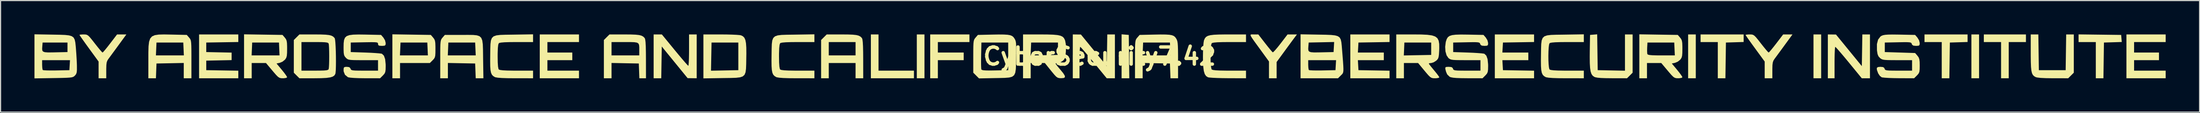
<source format=kicad_pcb>
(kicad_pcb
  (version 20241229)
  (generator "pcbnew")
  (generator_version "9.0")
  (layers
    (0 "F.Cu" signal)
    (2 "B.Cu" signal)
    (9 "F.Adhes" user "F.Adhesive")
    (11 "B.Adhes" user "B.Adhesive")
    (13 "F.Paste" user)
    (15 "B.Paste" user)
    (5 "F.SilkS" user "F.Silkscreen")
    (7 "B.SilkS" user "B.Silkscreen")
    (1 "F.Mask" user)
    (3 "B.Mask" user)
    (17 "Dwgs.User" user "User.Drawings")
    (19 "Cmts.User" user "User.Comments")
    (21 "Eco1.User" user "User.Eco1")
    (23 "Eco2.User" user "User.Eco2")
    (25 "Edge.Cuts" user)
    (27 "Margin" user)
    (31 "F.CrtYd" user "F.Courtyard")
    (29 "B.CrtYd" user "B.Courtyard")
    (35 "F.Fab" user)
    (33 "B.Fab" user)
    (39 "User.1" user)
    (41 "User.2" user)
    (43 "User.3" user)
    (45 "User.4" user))
  (footprint "CyberSecurity7.42"
    (layer "F.Cu")
    (at 94.234 1.958)
    (property "Reference" "CyberSecurity7.42" (at 0 0 0) (layer "F.SilkS") (effects (font (size 1.524 1.524) (thickness 0.3))))
    (attr board_only exclude_from_pos_files exclude_from_bom)
    (fp_poly (pts (xy -15.494 1.947) (xy -16.171 1.947) (xy -16.171 -1.947) (xy -15.494 -1.947)) (stroke (width 0) (type solid)) (fill yes) (layer "F.SilkS"))
    (fp_poly (pts (xy 52.747 1.947) (xy 52.07 1.947) (xy 52.07 -1.947) (xy 52.747 -1.947)) (stroke (width 0) (type solid)) (fill yes) (layer "F.SilkS"))
    (fp_poly (pts (xy 63.839 1.947) (xy 63.161 1.947) (xy 63.161 -1.947) (xy 63.839 -1.947)) (stroke (width 0) (type solid)) (fill yes) (layer "F.SilkS"))
    (fp_poly (pts (xy 77.809 1.947) (xy 77.131 1.947) (xy 77.131 -1.947) (xy 77.809 -1.947)) (stroke (width 0) (type solid)) (fill yes) (layer "F.SilkS"))
    (fp_poly (pts (xy -19.558 1.27) (xy -16.425 1.27) (xy -16.425 1.947) (xy -20.235 1.947) (xy -20.235 -1.947) (xy -19.558 -1.947)) (stroke (width 0) (type solid)) (fill yes) (layer "F.SilkS"))
    (fp_poly (pts (xy 2.265 -1.931) (xy 2.582 -1.905) (xy 2.605 0.021) (xy 2.628 1.947) (xy 1.947 1.947) (xy 1.947 -1.958)) (stroke (width 0) (type solid)) (fill yes) (layer "F.SilkS"))
    (fp_poly (pts (xy 81.957 -1.27) (xy 80.433 -1.27) (xy 80.433 1.947) (xy 79.756 1.947) (xy 79.756 -1.27) (xy 78.232 -1.27) (xy 78.232 -1.947) (xy 81.957 -1.947)) (stroke (width 0) (type solid)) (fill yes) (layer "F.SilkS"))
    (fp_poly (pts (xy 56.981 -1.276) (xy 56.197 -1.252) (xy 55.414 -1.228) (xy 55.368 1.947) (xy 54.695 1.947) (xy 54.695 -1.27) (xy 53.171 -1.27) (xy 53.171 -1.947) (xy 56.981 -1.947)) (stroke (width 0) (type solid)) (fill yes) (layer "F.SilkS"))
    (fp_poly (pts (xy 76.793 -1.276) (xy 76.01 -1.252) (xy 75.226 -1.228) (xy 75.18 1.947) (xy 74.507 1.947) (xy 74.507 -1.27) (xy 72.983 -1.27) (xy 72.983 -1.947) (xy 76.793 -1.947)) (stroke (width 0) (type solid)) (fill yes) (layer "F.SilkS"))
    (fp_poly (pts (xy -11.515 -1.27) (xy -14.309 -1.27) (xy -14.309 -0.339) (xy -12.023 -0.339) (xy -12.023 0.339) (xy -14.309 0.339) (xy -14.309 1.947) (xy -14.986 1.947) (xy -14.986 -1.947) (xy -11.515 -1.947)) (stroke (width 0) (type solid)) (fill yes) (layer "F.SilkS"))
    (fp_poly (pts (xy 88.498 -1.928) (xy 90.382 -1.905) (xy 90.408 -1.591) (xy 90.434 -1.276) (xy 89.646 -1.252) (xy 88.858 -1.228) (xy 88.812 1.947) (xy 88.138 1.947) (xy 88.138 -1.27) (xy 86.614 -1.27) (xy 86.614 -1.951)) (stroke (width 0) (type solid)) (fill yes) (layer "F.SilkS"))
    (fp_poly (pts (xy -46.059 -1.27) (xy -48.853 -1.27) (xy -48.853 -0.339) (xy -46.651 -0.339) (xy -46.651 0.339) (xy -48.853 0.339) (xy -48.853 1.27) (xy -46.059 1.27) (xy -46.059 1.947) (xy -49.53 1.947) (xy -49.53 -1.947) (xy -46.059 -1.947)) (stroke (width 0) (type solid)) (fill yes) (layer "F.SilkS"))
    (fp_poly (pts (xy 94.319 -1.27) (xy 91.525 -1.27) (xy 91.525 -0.339) (xy 93.726 -0.339) (xy 93.726 0.339) (xy 91.525 0.339) (xy 91.525 1.27) (xy 94.319 1.27) (xy 94.319 1.947) (xy 90.847 1.947) (xy 90.847 -1.947) (xy 94.319 -1.947)) (stroke (width 0) (type solid)) (fill yes) (layer "F.SilkS"))
    (fp_poly (pts (xy 38.439 -1.274) (xy 35.687 -1.228) (xy 35.661 -0.783) (xy 35.636 -0.339) (xy 37.931 -0.339) (xy 37.931 0.339) (xy 35.636 0.339) (xy 35.661 0.783) (xy 35.687 1.228) (xy 37.063 1.251) (xy 38.439 1.274) (xy 38.439 1.947) (xy 34.967 1.947) (xy 34.967 -1.947) (xy 38.439 -1.947)) (stroke (width 0) (type solid)) (fill yes) (layer "F.SilkS"))
    (fp_poly (pts (xy -76.2 -1.274) (xy -77.618 -1.251) (xy -79.036 -1.228) (xy -79.036 -0.381) (xy -77.915 -0.357) (xy -76.793 -0.334) (xy -76.793 0.334) (xy -77.915 0.357) (xy -79.036 0.381) (xy -79.036 1.228) (xy -77.618 1.251) (xy -76.2 1.274) (xy -76.2 1.947) (xy -79.671 1.947) (xy -79.671 -1.947) (xy -76.2 -1.947)) (stroke (width 0) (type solid)) (fill yes) (layer "F.SilkS"))
    (fp_poly (pts (xy 25.654 -1.274) (xy 24.278 -1.251) (xy 22.902 -1.228) (xy 22.877 -0.783) (xy 22.851 -0.339) (xy 25.146 -0.339) (xy 25.146 0.339) (xy 22.851 0.339) (xy 22.877 0.783) (xy 22.902 1.228) (xy 24.278 1.251) (xy 25.654 1.274) (xy 25.654 1.947) (xy 22.183 1.947) (xy 22.183 -1.947) (xy 25.654 -1.947)) (stroke (width 0) (type solid)) (fill yes) (layer "F.SilkS"))
    (fp_poly (pts (xy 83.1 1.228) (xy 85.471 1.228) (xy 85.494 -0.36) (xy 85.517 -1.947) (xy 86.191 -1.947) (xy 86.191 1.452) (xy 85.696 1.947) (xy 84.356 1.946) (xy 83.721 1.938) (xy 83.25 1.916) (xy 82.939 1.878) (xy 82.806 1.839) (xy 82.669 1.755) (xy 82.565 1.647) (xy 82.489 1.49) (xy 82.438 1.263) (xy 82.406 0.943) (xy 82.389 0.507) (xy 82.382 -0.068) (xy 82.382 -0.318) (xy 82.381 -1.947) (xy 83.054 -1.947)) (stroke (width 0) (type solid)) (fill yes) (layer "F.SilkS"))
    (fp_poly (pts (xy -37.588 -0.554) (xy -37.248 -0.142) (xy -36.942 0.223) (xy -36.688 0.52) (xy -36.501 0.73) (xy -36.398 0.835) (xy -36.386 0.843) (xy -36.364 0.764) (xy -36.346 0.544) (xy -36.332 0.21) (xy -36.324 -0.21) (xy -36.322 -0.55) (xy -36.322 -1.947) (xy -35.645 -1.947) (xy -35.645 1.947) (xy -36.047 1.942) (xy -36.449 1.937) (xy -38.735 -0.873) (xy -38.758 0.537) (xy -38.781 1.947) (xy -39.455 1.947) (xy -39.455 -1.947) (xy -38.727 -1.947)) (stroke (width 0) (type solid)) (fill yes) (layer "F.SilkS"))
    (fp_poly (pts (xy 1.355 1.947) (xy 0.63 1.947) (xy -0.51 0.551) (xy -0.85 0.138) (xy -1.156 -0.226) (xy -1.411 -0.523) (xy -1.598 -0.733) (xy -1.701 -0.838) (xy -1.714 -0.846) (xy -1.736 -0.766) (xy -1.754 -0.545) (xy -1.768 -0.21) (xy -1.776 0.21) (xy -1.778 0.55) (xy -1.778 1.947) (xy -2.371 1.947) (xy -2.371 -1.947) (xy -2.011 -1.943) (xy -1.651 -1.939) (xy 0.635 0.868) (xy 0.658 -0.54) (xy 0.681 -1.947) (xy 1.355 -1.947)) (stroke (width 0) (type solid)) (fill yes) (layer "F.SilkS"))
    (fp_poly (pts (xy 68.157 1.947) (xy 67.432 1.947) (xy 66.292 0.551) (xy 65.952 0.138) (xy 65.646 -0.226) (xy 65.391 -0.523) (xy 65.204 -0.733) (xy 65.101 -0.838) (xy 65.088 -0.846) (xy 65.066 -0.766) (xy 65.048 -0.545) (xy 65.034 -0.21) (xy 65.026 0.21) (xy 65.024 0.55) (xy 65.024 1.947) (xy 64.431 1.947) (xy 64.431 -1.947) (xy 64.791 -1.943) (xy 65.151 -1.939) (xy 67.437 0.868) (xy 67.46 -0.54) (xy 67.483 -1.947) (xy 68.157 -1.947)) (stroke (width 0) (type solid)) (fill yes) (layer "F.SilkS"))
    (fp_poly (pts (xy 44.046 -0.365) (xy 44.069 1.228) (xy 46.482 1.275) (xy 46.482 -1.947) (xy 47.159 -1.947) (xy 47.159 1.452) (xy 46.912 1.7) (xy 46.664 1.947) (xy 45.324 1.944) (xy 44.763 1.938) (xy 44.347 1.923) (xy 44.051 1.896) (xy 43.853 1.856) (xy 43.754 1.816) (xy 43.618 1.714) (xy 43.515 1.563) (xy 43.442 1.34) (xy 43.395 1.026) (xy 43.37 0.599) (xy 43.364 0.039) (xy 43.368 -0.44) (xy 43.392 -1.905) (xy 43.707 -1.931) (xy 44.023 -1.957)) (stroke (width 0) (type solid)) (fill yes) (layer "F.SilkS"))
    (fp_poly (pts (xy -60.868 -1.931) (xy -59.167 -1.905) (xy -58.963 -1.667) (xy -58.864 -1.535) (xy -58.803 -1.391) (xy -58.771 -1.19) (xy -58.76 -0.888) (xy -58.759 -0.666) (xy -58.762 -0.299) (xy -58.778 -0.058) (xy -58.819 0.102) (xy -58.894 0.225) (xy -59.006 0.345) (xy -59.254 0.593) (xy -61.891 0.593) (xy -61.891 1.947) (xy -62.569 1.947) (xy -62.569 -0.085) (xy -61.899 -0.085) (xy -59.428 -0.085) (xy -59.478 -1.228) (xy -61.849 -1.228) (xy -61.874 -0.656) (xy -61.899 -0.085) (xy -62.569 -0.085) (xy -62.569 -1.957)) (stroke (width 0) (type solid)) (fill yes) (layer "F.SilkS"))
    (fp_poly (pts (xy -22.255 -1.943) (xy -21.834 -1.927) (xy -21.529 -1.894) (xy -21.313 -1.839) (xy -21.16 -1.757) (xy -21.043 -1.644) (xy -21.021 -1.616) (xy -20.982 -1.5) (xy -20.952 -1.261) (xy -20.931 -0.886) (xy -20.919 -0.365) (xy -20.915 0.233) (xy -20.913 1.947) (xy -21.59 1.947) (xy -21.59 0.593) (xy -23.961 0.593) (xy -23.961 1.947) (xy -24.638 1.947) (xy -24.638 -0.085) (xy -23.961 -0.085) (xy -21.59 -0.085) (xy -21.59 -1.27) (xy -23.961 -1.27) (xy -23.961 -0.085) (xy -24.638 -0.085) (xy -24.638 -1.452) (xy -24.143 -1.947) (xy -22.819 -1.947)) (stroke (width 0) (type solid)) (fill yes) (layer "F.SilkS"))
    (fp_poly (pts (xy -32.98 -1.943) (xy -32.515 -1.931) (xy -32.127 -1.913) (xy -31.849 -1.89) (xy -31.717 -1.866) (xy -31.55 -1.78) (xy -31.425 -1.65) (xy -31.339 -1.454) (xy -31.284 -1.169) (xy -31.257 -0.774) (xy -31.252 -0.245) (xy -31.258 0.132) (xy -31.266 0.682) (xy -31.282 1.105) (xy -31.324 1.417) (xy -31.412 1.637) (xy -31.567 1.78) (xy -31.809 1.864) (xy -32.156 1.905) (xy -32.63 1.921) (xy -33.249 1.929) (xy -33.361 1.931) (xy -35.052 1.957) (xy -35.052 1.275) (xy -34.379 1.275) (xy -31.962 1.228) (xy -31.962 -1.228) (xy -34.332 -1.228) (xy -34.356 0.024) (xy -34.379 1.275) (xy -35.052 1.275) (xy -35.052 -1.947) (xy -33.491 -1.947)) (stroke (width 0) (type solid)) (fill yes) (layer "F.SilkS"))
    (fp_poly (pts (xy 13.579 -1.949) (xy 13.659 -1.947) (xy 14.044 -1.947) (xy 14.649 -1.164) (xy 14.893 -0.854) (xy 15.102 -0.597) (xy 15.254 -0.422) (xy 15.324 -0.355) (xy 15.399 -0.409) (xy 15.553 -0.573) (xy 15.763 -0.822) (xy 16.007 -1.132) (xy 16.012 -1.138) (xy 16.629 -1.947) (xy 17.461 -1.947) (xy 17.254 -1.672) (xy 17.127 -1.501) (xy 16.926 -1.228) (xy 16.677 -0.888) (xy 16.406 -0.516) (xy 16.355 -0.446) (xy 15.663 0.504) (xy 15.663 1.947) (xy 14.986 1.947) (xy 14.986 0.456) (xy 14.258 -0.55) (xy 13.913 -1.025) (xy 13.657 -1.379) (xy 13.484 -1.63) (xy 13.385 -1.795) (xy 13.352 -1.891) (xy 13.379 -1.937) (xy 13.457 -1.951)) (stroke (width 0) (type solid)) (fill yes) (layer "F.SilkS"))
    (fp_poly (pts (xy -55.421 -1.902) (xy -55.091 -1.868) (xy -54.859 -1.788) (xy -54.706 -1.642) (xy -54.615 -1.411) (xy -54.57 -1.074) (xy -54.552 -0.614) (xy -54.545 -0.01) (xy -54.542 0.214) (xy -54.516 1.947) (xy -55.196 1.947) (xy -55.22 1.291) (xy -55.245 0.635) (xy -56.452 0.612) (xy -57.658 0.588) (xy -57.658 1.947) (xy -58.335 1.947) (xy -58.335 0.259) (xy -58.335 -0.085) (xy -57.666 -0.085) (xy -55.195 -0.085) (xy -55.245 -1.228) (xy -57.616 -1.228) (xy -57.666 -0.085) (xy -58.335 -0.085) (xy -58.335 -0.316) (xy -58.331 -0.747) (xy -58.322 -1.059) (xy -58.304 -1.277) (xy -58.276 -1.425) (xy -58.234 -1.529) (xy -58.176 -1.614) (xy -58.131 -1.667) (xy -57.927 -1.905) (xy -56.44 -1.905) (xy -55.865 -1.907)) (stroke (width 0) (type solid)) (fill yes) (layer "F.SilkS"))
    (fp_poly (pts (xy -82.169 -1.936) (xy -82.008 -1.933) (xy -80.757 -1.905) (xy -80.553 -1.667) (xy -80.483 -1.582) (xy -80.432 -1.492) (xy -80.395 -1.373) (xy -80.372 -1.201) (xy -80.358 -0.949) (xy -80.351 -0.593) (xy -80.349 -0.108) (xy -80.349 0.259) (xy -80.349 1.947) (xy -81.026 1.947) (xy -81.026 0.588) (xy -82.233 0.612) (xy -83.439 0.635) (xy -83.464 1.291) (xy -83.488 1.947) (xy -84.159 1.947) (xy -84.158 0.318) (xy -84.158 -0.085) (xy -83.489 -0.085) (xy -81.018 -0.085) (xy -81.068 -1.228) (xy -83.439 -1.228) (xy -83.464 -0.656) (xy -83.489 -0.085) (xy -84.158 -0.085) (xy -84.157 -0.365) (xy -84.142 -0.897) (xy -84.095 -1.296) (xy -83.999 -1.581) (xy -83.837 -1.77) (xy -83.59 -1.882) (xy -83.242 -1.935) (xy -82.774 -1.947)) (stroke (width 0) (type solid)) (fill yes) (layer "F.SilkS"))
    (fp_poly (pts (xy -41.474 -1.943) (xy -41.053 -1.927) (xy -40.748 -1.894) (xy -40.532 -1.839) (xy -40.379 -1.757) (xy -40.263 -1.644) (xy -40.241 -1.616) (xy -40.201 -1.5) (xy -40.171 -1.261) (xy -40.151 -0.886) (xy -40.139 -0.365) (xy -40.135 0.233) (xy -40.132 1.947) (xy -40.718 1.947) (xy -40.742 1.291) (xy -40.767 0.635) (xy -41.974 0.612) (xy -43.18 0.588) (xy -43.18 1.947) (xy -43.857 1.947) (xy -43.857 -0.085) (xy -43.18 -0.085) (xy -40.725 -0.085) (xy -40.725 -0.543) (xy -40.725 -0.822) (xy -40.745 -1.018) (xy -40.807 -1.147) (xy -40.938 -1.222) (xy -41.162 -1.258) (xy -41.505 -1.269) (xy -41.992 -1.27) (xy -42.004 -1.27) (xy -43.18 -1.27) (xy -43.18 -0.085) (xy -43.857 -0.085) (xy -43.857 -1.452) (xy -43.61 -1.7) (xy -43.362 -1.947) (xy -42.038 -1.947)) (stroke (width 0) (type solid)) (fill yes) (layer "F.SilkS"))
    (fp_poly (pts (xy -86.796 -0.995) (xy -87.068 -0.622) (xy -87.321 -0.277) (xy -87.53 0.008) (xy -87.669 0.197) (xy -87.687 0.22) (xy -87.785 0.373) (xy -87.845 0.541) (xy -87.874 0.773) (xy -87.884 1.115) (xy -87.884 1.214) (xy -87.884 1.947) (xy -88.561 1.947) (xy -88.561 0.463) (xy -89.408 -0.703) (xy -89.686 -1.088) (xy -89.926 -1.425) (xy -90.111 -1.689) (xy -90.225 -1.858) (xy -90.255 -1.908) (xy -90.179 -1.932) (xy -89.988 -1.946) (xy -89.884 -1.947) (xy -89.725 -1.943) (xy -89.599 -1.916) (xy -89.478 -1.842) (xy -89.337 -1.701) (xy -89.146 -1.47) (xy -88.891 -1.143) (xy -88.646 -0.831) (xy -88.436 -0.576) (xy -88.284 -0.403) (xy -88.212 -0.339) (xy -88.211 -0.339) (xy -88.14 -0.402) (xy -87.99 -0.575) (xy -87.783 -0.831) (xy -87.541 -1.143) (xy -86.928 -1.947) (xy -86.103 -1.947)) (stroke (width 0) (type solid)) (fill yes) (layer "F.SilkS"))
    (fp_poly (pts (xy 5.838 -1.939) (xy 6.169 -1.919) (xy 6.404 -1.877) (xy 6.568 -1.809) (xy 6.685 -1.711) (xy 6.777 -1.583) (xy 6.835 -1.473) (xy 6.878 -1.345) (xy 6.907 -1.17) (xy 6.926 -0.924) (xy 6.937 -0.581) (xy 6.942 -0.113) (xy 6.942 0.318) (xy 6.943 1.947) (xy 6.272 1.947) (xy 6.248 1.291) (xy 6.223 0.635) (xy 5.016 0.612) (xy 3.81 0.588) (xy 3.81 1.947) (xy 3.133 1.947) (xy 3.133 0.259) (xy 3.133 -0.085) (xy 3.802 -0.085) (xy 6.273 -0.085) (xy 6.223 -1.228) (xy 3.852 -1.228) (xy 3.802 -0.085) (xy 3.133 -0.085) (xy 3.133 -0.317) (xy 3.137 -0.747) (xy 3.146 -1.059) (xy 3.164 -1.277) (xy 3.192 -1.425) (xy 3.234 -1.529) (xy 3.292 -1.615) (xy 3.337 -1.667) (xy 3.541 -1.905) (xy 4.792 -1.933) (xy 5.387 -1.943)) (stroke (width 0) (type solid)) (fill yes) (layer "F.SilkS"))
    (fp_poly (pts (xy 60.608 -0.995) (xy 60.337 -0.622) (xy 60.084 -0.277) (xy 59.875 0.008) (xy 59.735 0.197) (xy 59.718 0.22) (xy 59.619 0.373) (xy 59.56 0.541) (xy 59.53 0.773) (xy 59.521 1.115) (xy 59.521 1.214) (xy 59.521 1.947) (xy 58.843 1.947) (xy 58.843 0.461) (xy 57.997 -0.699) (xy 57.718 -1.083) (xy 57.478 -1.419) (xy 57.292 -1.683) (xy 57.179 -1.852) (xy 57.15 -1.903) (xy 57.226 -1.93) (xy 57.416 -1.946) (xy 57.521 -1.947) (xy 57.68 -1.943) (xy 57.806 -1.916) (xy 57.926 -1.842) (xy 58.068 -1.701) (xy 58.259 -1.47) (xy 58.513 -1.143) (xy 58.759 -0.831) (xy 58.969 -0.576) (xy 59.121 -0.403) (xy 59.193 -0.339) (xy 59.193 -0.339) (xy 59.264 -0.402) (xy 59.414 -0.575) (xy 59.621 -0.831) (xy 59.864 -1.143) (xy 60.476 -1.947) (xy 61.302 -1.947)) (stroke (width 0) (type solid)) (fill yes) (layer "F.SilkS"))
    (fp_poly (pts (xy -73.991 -1.931) (xy -72.29 -1.905) (xy -72.086 -1.667) (xy -71.987 -1.534) (xy -71.926 -1.388) (xy -71.894 -1.185) (xy -71.883 -0.879) (xy -71.882 -0.677) (xy -71.887 -0.302) (xy -71.908 -0.052) (xy -71.954 0.117) (xy -72.034 0.249) (xy -72.074 0.298) (xy -72.292 0.473) (xy -72.542 0.578) (xy -72.818 0.635) (xy -72.35 1.199) (xy -72.138 1.464) (xy -71.976 1.686) (xy -71.89 1.829) (xy -71.882 1.855) (xy -71.958 1.913) (xy -72.155 1.944) (xy -72.249 1.947) (xy -72.419 1.941) (xy -72.554 1.907) (xy -72.687 1.821) (xy -72.849 1.661) (xy -73.073 1.402) (xy -73.184 1.27) (xy -73.751 0.593) (xy -75.015 0.593) (xy -75.015 1.947) (xy -75.692 1.947) (xy -75.692 -0.085) (xy -75.022 -0.085) (xy -72.552 -0.085) (xy -72.602 -1.228) (xy -74.972 -1.228) (xy -75.022 -0.085) (xy -75.692 -0.085) (xy -75.692 -1.957)) (stroke (width 0) (type solid)) (fill yes) (layer "F.SilkS"))
    (fp_poly (pts (xy -50.123 -1.27) (xy -51.587 -1.27) (xy -52.197 -1.265) (xy -52.648 -1.251) (xy -52.952 -1.225) (xy -53.12 -1.189) (xy -53.154 -1.168) (xy -53.204 -1.029) (xy -53.238 -0.728) (xy -53.254 -0.262) (xy -53.255 0) (xy -53.247 0.54) (xy -53.221 0.915) (xy -53.179 1.126) (xy -53.154 1.168) (xy -53.044 1.21) (xy -52.802 1.241) (xy -52.418 1.26) (xy -51.881 1.269) (xy -51.587 1.27) (xy -50.123 1.27) (xy -50.123 1.947) (xy -51.71 1.946) (xy -52.373 1.941) (xy -52.878 1.925) (xy -53.234 1.898) (xy -53.453 1.859) (xy -53.508 1.839) (xy -53.656 1.747) (xy -53.765 1.629) (xy -53.841 1.459) (xy -53.889 1.213) (xy -53.913 0.866) (xy -53.919 0.395) (xy -53.913 -0.104) (xy -53.906 -0.663) (xy -53.892 -1.092) (xy -53.852 -1.41) (xy -53.764 -1.633) (xy -53.611 -1.778) (xy -53.371 -1.863) (xy -53.025 -1.905) (xy -52.553 -1.921) (xy -51.935 -1.929) (xy -51.814 -1.931) (xy -50.123 -1.957)) (stroke (width 0) (type solid)) (fill yes) (layer "F.SilkS"))
    (fp_poly (pts (xy -25.231 -1.27) (xy -26.695 -1.27) (xy -27.305 -1.265) (xy -27.756 -1.251) (xy -28.06 -1.225) (xy -28.228 -1.189) (xy -28.262 -1.168) (xy -28.312 -1.029) (xy -28.346 -0.728) (xy -28.362 -0.262) (xy -28.363 0) (xy -28.355 0.54) (xy -28.329 0.915) (xy -28.287 1.126) (xy -28.262 1.168) (xy -28.152 1.21) (xy -27.91 1.241) (xy -27.526 1.26) (xy -26.989 1.269) (xy -26.695 1.27) (xy -25.231 1.27) (xy -25.231 1.947) (xy -26.818 1.946) (xy -27.481 1.941) (xy -27.986 1.925) (xy -28.342 1.898) (xy -28.561 1.859) (xy -28.616 1.839) (xy -28.764 1.747) (xy -28.873 1.629) (xy -28.949 1.459) (xy -28.997 1.213) (xy -29.021 0.866) (xy -29.027 0.395) (xy -29.021 -0.104) (xy -29.014 -0.663) (xy -29 -1.092) (xy -28.96 -1.41) (xy -28.872 -1.633) (xy -28.719 -1.778) (xy -28.479 -1.863) (xy -28.133 -1.905) (xy -27.661 -1.921) (xy -27.043 -1.929) (xy -26.922 -1.931) (xy -25.231 -1.957)) (stroke (width 0) (type solid)) (fill yes) (layer "F.SilkS"))
    (fp_poly (pts (xy 42.841 -1.27) (xy 41.377 -1.27) (xy 40.767 -1.265) (xy 40.316 -1.251) (xy 40.012 -1.225) (xy 39.844 -1.189) (xy 39.81 -1.168) (xy 39.765 -1.04) (xy 39.733 -0.783) (xy 39.713 -0.439) (xy 39.705 -0.049) (xy 39.709 0.345) (xy 39.727 0.704) (xy 39.756 0.986) (xy 39.798 1.151) (xy 39.81 1.168) (xy 39.92 1.21) (xy 40.162 1.241) (xy 40.546 1.26) (xy 41.083 1.269) (xy 41.377 1.27) (xy 42.841 1.27) (xy 42.841 1.947) (xy 41.254 1.946) (xy 40.591 1.941) (xy 40.086 1.925) (xy 39.73 1.898) (xy 39.511 1.859) (xy 39.456 1.839) (xy 39.308 1.747) (xy 39.199 1.629) (xy 39.123 1.459) (xy 39.075 1.213) (xy 39.051 0.866) (xy 39.045 0.395) (xy 39.051 -0.104) (xy 39.058 -0.663) (xy 39.072 -1.092) (xy 39.112 -1.41) (xy 39.2 -1.633) (xy 39.353 -1.778) (xy 39.593 -1.863) (xy 39.939 -1.905) (xy 40.411 -1.921) (xy 41.029 -1.929) (xy 41.15 -1.931) (xy 42.841 -1.957)) (stroke (width 0) (type solid)) (fill yes) (layer "F.SilkS"))
    (fp_poly (pts (xy 12.954 -1.27) (xy 11.489 -1.27) (xy 10.88 -1.265) (xy 10.428 -1.251) (xy 10.124 -1.225) (xy 9.957 -1.189) (xy 9.923 -1.168) (xy 9.878 -1.04) (xy 9.845 -0.783) (xy 9.825 -0.439) (xy 9.817 -0.049) (xy 9.822 0.345) (xy 9.839 0.704) (xy 9.869 0.986) (xy 9.911 1.151) (xy 9.923 1.168) (xy 10.033 1.21) (xy 10.275 1.241) (xy 10.659 1.26) (xy 11.196 1.269) (xy 11.489 1.27) (xy 12.954 1.27) (xy 12.954 1.947) (xy 11.367 1.942) (xy 10.852 1.936) (xy 10.386 1.923) (xy 9.999 1.905) (xy 9.721 1.883) (xy 9.585 1.859) (xy 9.424 1.754) (xy 9.304 1.576) (xy 9.222 1.302) (xy 9.171 0.912) (xy 9.147 0.386) (xy 9.144 0.015) (xy 9.151 -0.438) (xy 9.169 -0.853) (xy 9.196 -1.188) (xy 9.23 -1.402) (xy 9.238 -1.429) (xy 9.311 -1.596) (xy 9.413 -1.723) (xy 9.566 -1.816) (xy 9.793 -1.879) (xy 10.114 -1.919) (xy 10.553 -1.939) (xy 11.131 -1.947) (xy 11.383 -1.947) (xy 12.954 -1.947)) (stroke (width 0) (type solid)) (fill yes) (layer "F.SilkS"))
    (fp_poly (pts (xy -4.602 -1.943) (xy -4.105 -1.927) (xy -3.734 -1.893) (xy -3.467 -1.836) (xy -3.283 -1.751) (xy -3.159 -1.632) (xy -3.076 -1.474) (xy -3.047 -1.394) (xy -2.99 -1.092) (xy -2.974 -0.684) (xy -2.984 -0.439) (xy -3.012 -0.098) (xy -3.055 0.121) (xy -3.127 0.267) (xy -3.245 0.39) (xy -3.253 0.396) (xy -3.467 0.532) (xy -3.677 0.592) (xy -3.688 0.593) (xy -3.845 0.611) (xy -3.895 0.645) (xy -3.843 0.729) (xy -3.706 0.905) (xy -3.512 1.138) (xy -3.471 1.185) (xy -3.213 1.502) (xy -3.078 1.721) (xy -3.067 1.857) (xy -3.178 1.926) (xy -3.408 1.942) (xy -3.576 1.933) (xy -3.71 1.895) (xy -3.842 1.804) (xy -4.003 1.634) (xy -4.227 1.363) (xy -4.306 1.265) (xy -4.844 0.593) (xy -6.096 0.593) (xy -6.096 1.947) (xy -6.773 1.947) (xy -6.773 -0.08) (xy -6.104 -0.08) (xy -3.683 -0.127) (xy -3.683 -1.228) (xy -6.054 -1.228) (xy -6.079 -0.654) (xy -6.104 -0.08) (xy -6.773 -0.08) (xy -6.773 -1.947) (xy -5.247 -1.947)) (stroke (width 0) (type solid)) (fill yes) (layer "F.SilkS"))
    (fp_poly (pts (xy 28.463 -1.942) (xy 29.001 -1.916) (xy 29.405 -1.861) (xy 29.694 -1.763) (xy 29.886 -1.612) (xy 29.997 -1.397) (xy 30.047 -1.105) (xy 30.052 -0.726) (xy 30.044 -0.503) (xy 30.023 -0.153) (xy 29.99 0.073) (xy 29.932 0.221) (xy 29.834 0.337) (xy 29.776 0.389) (xy 29.56 0.527) (xy 29.35 0.592) (xy 29.332 0.593) (xy 29.175 0.61) (xy 29.125 0.641) (xy 29.176 0.724) (xy 29.313 0.901) (xy 29.509 1.141) (xy 29.591 1.239) (xy 29.803 1.498) (xy 29.965 1.712) (xy 30.05 1.846) (xy 30.057 1.867) (xy 29.981 1.915) (xy 29.79 1.944) (xy 29.678 1.947) (xy 29.504 1.942) (xy 29.368 1.91) (xy 29.237 1.827) (xy 29.079 1.671) (xy 28.861 1.417) (xy 28.739 1.27) (xy 28.179 0.593) (xy 26.924 0.593) (xy 26.924 1.947) (xy 26.247 1.947) (xy 26.247 -0.08) (xy 26.916 -0.08) (xy 29.337 -0.127) (xy 29.337 -1.228) (xy 26.966 -1.228) (xy 26.941 -0.654) (xy 26.916 -0.08) (xy 26.247 -0.08) (xy 26.247 -1.947) (xy 27.773 -1.947)) (stroke (width 0) (type solid)) (fill yes) (layer "F.SilkS"))
    (fp_poly (pts (xy 49.453 -1.931) (xy 51.154 -1.905) (xy 51.358 -1.667) (xy 51.457 -1.534) (xy 51.518 -1.388) (xy 51.55 -1.185) (xy 51.561 -0.879) (xy 51.562 -0.677) (xy 51.557 -0.302) (xy 51.536 -0.052) (xy 51.49 0.117) (xy 51.41 0.249) (xy 51.37 0.298) (xy 51.152 0.473) (xy 50.902 0.578) (xy 50.626 0.635) (xy 51.094 1.199) (xy 51.306 1.464) (xy 51.468 1.686) (xy 51.554 1.829) (xy 51.562 1.855) (xy 51.486 1.913) (xy 51.289 1.944) (xy 51.195 1.947) (xy 51.025 1.941) (xy 50.89 1.907) (xy 50.757 1.821) (xy 50.595 1.661) (xy 50.371 1.402) (xy 50.26 1.27) (xy 49.693 0.593) (xy 48.429 0.593) (xy 48.429 1.947) (xy 47.752 1.947) (xy 47.752 -0.494) (xy 48.439 -0.494) (xy 48.45 -0.276) (xy 48.464 -0.201) (xy 48.52 -0.152) (xy 48.658 -0.119) (xy 48.902 -0.098) (xy 49.274 -0.087) (xy 49.701 -0.085) (xy 50.892 -0.085) (xy 50.842 -1.228) (xy 48.472 -1.228) (xy 48.446 -0.772) (xy 48.439 -0.494) (xy 47.752 -0.494) (xy 47.752 -1.957)) (stroke (width 0) (type solid)) (fill yes) (layer "F.SilkS"))
    (fp_poly (pts (xy -8.47 -1.939) (xy -8.139 -1.919) (xy -7.904 -1.877) (xy -7.739 -1.809) (xy -7.621 -1.71) (xy -7.529 -1.583) (xy -7.466 -1.469) (xy -7.422 -1.34) (xy -7.394 -1.168) (xy -7.38 -0.923) (xy -7.376 -0.577) (xy -7.381 -0.101) (xy -7.384 0.104) (xy -7.393 0.695) (xy -7.412 1.14) (xy -7.461 1.46) (xy -7.563 1.677) (xy -7.738 1.81) (xy -8.007 1.883) (xy -8.392 1.914) (xy -8.914 1.927) (xy -9.232 1.932) (xy -10.67 1.959) (xy -10.923 1.705) (xy -11.176 1.452) (xy -11.176 0.34) (xy -10.486 0.34) (xy -10.485 0.713) (xy -10.477 0.994) (xy -10.464 1.149) (xy -10.461 1.162) (xy -10.405 1.209) (xy -10.265 1.239) (xy -10.019 1.254) (xy -9.643 1.257) (xy -9.252 1.251) (xy -8.086 1.228) (xy -8.086 -1.228) (xy -10.456 -1.228) (xy -10.48 -0.089) (xy -10.486 0.34) (xy -11.176 0.34) (xy -11.176 0.011) (xy -11.175 -0.515) (xy -11.17 -0.901) (xy -11.158 -1.172) (xy -11.134 -1.357) (xy -11.097 -1.484) (xy -11.042 -1.581) (xy -10.972 -1.667) (xy -10.768 -1.905) (xy -9.517 -1.933) (xy -8.921 -1.943)) (stroke (width 0) (type solid)) (fill yes) (layer "F.SilkS"))
    (fp_poly (pts (xy 19.387 -1.931) (xy 20.011 -1.92) (xy 20.487 -1.901) (xy 20.837 -1.862) (xy 21.081 -1.79) (xy 21.241 -1.672) (xy 21.337 -1.496) (xy 21.392 -1.248) (xy 21.427 -0.915) (xy 21.444 -0.696) (xy 21.497 -0.045) (xy 21.536 0.459) (xy 21.561 0.838) (xy 21.572 1.112) (xy 21.567 1.303) (xy 21.545 1.433) (xy 21.506 1.523) (xy 21.449 1.595) (xy 21.372 1.67) (xy 21.349 1.693) (xy 21.095 1.947) (xy 17.78 1.947) (xy 17.78 0.748) (xy 18.457 0.748) (xy 18.469 0.999) (xy 18.497 1.175) (xy 18.516 1.216) (xy 18.618 1.236) (xy 18.856 1.249) (xy 19.198 1.255) (xy 19.61 1.253) (xy 19.723 1.251) (xy 20.87 1.228) (xy 20.922 0.339) (xy 18.457 0.339) (xy 18.457 0.748) (xy 17.78 0.748) (xy 17.78 -0.677) (xy 18.458 -0.677) (xy 18.474 -0.521) (xy 18.545 -0.423) (xy 18.697 -0.37) (xy 18.954 -0.35) (xy 19.342 -0.351) (xy 19.62 -0.357) (xy 20.701 -0.381) (xy 20.727 -0.828) (xy 20.752 -1.275) (xy 19.626 -1.251) (xy 18.5 -1.228) (xy 18.473 -0.901) (xy 18.458 -0.677) (xy 17.78 -0.677) (xy 17.78 -1.958)) (stroke (width 0) (type solid)) (fill yes) (layer "F.SilkS"))
    (fp_poly (pts (xy -68.906 -1.943) (xy -68.485 -1.927) (xy -68.18 -1.894) (xy -67.964 -1.839) (xy -67.811 -1.757) (xy -67.695 -1.644) (xy -67.673 -1.616) (xy -67.641 -1.493) (xy -67.613 -1.235) (xy -67.591 -0.876) (xy -67.574 -0.45) (xy -67.564 0.008) (xy -67.561 0.463) (xy -67.565 0.883) (xy -67.577 1.232) (xy -67.598 1.476) (xy -67.617 1.563) (xy -67.7 1.699) (xy -67.845 1.8) (xy -68.074 1.871) (xy -68.408 1.917) (xy -68.868 1.94) (xy -69.471 1.947) (xy -70.794 1.947) (xy -71.042 1.7) (xy -71.289 1.452) (xy -71.289 1.27) (xy -70.612 1.27) (xy -69.436 1.27) (xy -68.957 1.267) (xy -68.622 1.258) (xy -68.405 1.238) (xy -68.279 1.205) (xy -68.218 1.157) (xy -68.208 1.136) (xy -68.186 0.992) (xy -68.17 0.722) (xy -68.161 0.369) (xy -68.158 -0.025) (xy -68.162 -0.416) (xy -68.172 -0.761) (xy -68.188 -1.018) (xy -68.208 -1.136) (xy -68.252 -1.19) (xy -68.353 -1.228) (xy -68.536 -1.252) (xy -68.828 -1.265) (xy -69.255 -1.27) (xy -69.436 -1.27) (xy -70.612 -1.27) (xy -70.612 1.27) (xy -71.289 1.27) (xy -71.289 -1.452) (xy -71.042 -1.7) (xy -70.794 -1.947) (xy -69.47 -1.947)) (stroke (width 0) (type solid)) (fill yes) (layer "F.SilkS"))
    (fp_poly (pts (xy -92.627 -1.931) (xy -92.003 -1.92) (xy -91.527 -1.902) (xy -91.178 -1.863) (xy -90.933 -1.79) (xy -90.773 -1.67) (xy -90.676 -1.489) (xy -90.62 -1.235) (xy -90.583 -0.895) (xy -90.564 -0.654) (xy -90.53 -0.193) (xy -90.501 0.294) (xy -90.482 0.727) (xy -90.479 0.866) (xy -90.478 1.209) (xy -90.499 1.431) (xy -90.551 1.579) (xy -90.645 1.698) (xy -90.659 1.712) (xy -90.732 1.778) (xy -90.816 1.827) (xy -90.937 1.863) (xy -91.118 1.888) (xy -91.385 1.905) (xy -91.761 1.917) (xy -92.272 1.927) (xy -92.543 1.931) (xy -94.234 1.957) (xy -94.234 0.748) (xy -93.557 0.748) (xy -93.545 0.999) (xy -93.517 1.175) (xy -93.498 1.216) (xy -93.396 1.236) (xy -93.158 1.249) (xy -92.816 1.255) (xy -92.404 1.253) (xy -92.291 1.251) (xy -91.144 1.228) (xy -91.092 0.339) (xy -93.557 0.339) (xy -93.557 0.748) (xy -94.234 0.748) (xy -94.234 -0.677) (xy -93.556 -0.677) (xy -93.54 -0.521) (xy -93.469 -0.423) (xy -93.317 -0.37) (xy -93.06 -0.35) (xy -92.672 -0.351) (xy -92.394 -0.357) (xy -91.313 -0.381) (xy -91.313 -1.228) (xy -93.514 -1.228) (xy -93.541 -0.901) (xy -93.556 -0.677) (xy -94.234 -0.677) (xy -94.234 -1.958)) (stroke (width 0) (type solid)) (fill yes) (layer "F.SilkS"))
    (fp_poly (pts (xy 70.617 -1.935) (xy 70.796 -1.932) (xy 72.151 -1.905) (xy 72.355 -1.667) (xy 72.501 -1.426) (xy 72.559 -1.181) (xy 72.545 -1.019) (xy 72.469 -0.948) (xy 72.282 -0.932) (xy 72.231 -0.931) (xy 72.001 -0.952) (xy 71.887 -1.029) (xy 71.857 -1.103) (xy 71.83 -1.171) (xy 71.774 -1.218) (xy 71.661 -1.246) (xy 71.463 -1.259) (xy 71.155 -1.26) (xy 70.707 -1.253) (xy 70.64 -1.251) (xy 69.469 -1.228) (xy 69.469 -0.381) (xy 70.81 -0.339) (xy 72.151 -0.296) (xy 72.355 -0.059) (xy 72.463 0.09) (xy 72.525 0.257) (xy 72.553 0.493) (xy 72.559 0.816) (xy 72.554 1.15) (xy 72.529 1.366) (xy 72.469 1.516) (xy 72.36 1.651) (xy 72.312 1.7) (xy 72.064 1.947) (xy 70.724 1.942) (xy 70.251 1.935) (xy 69.825 1.921) (xy 69.481 1.899) (xy 69.253 1.874) (xy 69.19 1.859) (xy 69.029 1.731) (xy 68.887 1.519) (xy 68.873 1.486) (xy 68.769 1.2) (xy 68.761 1.032) (xy 68.86 0.952) (xy 69.077 0.931) (xy 69.078 0.931) (xy 69.309 0.952) (xy 69.422 1.029) (xy 69.451 1.101) (xy 69.479 1.168) (xy 69.539 1.214) (xy 69.657 1.244) (xy 69.862 1.261) (xy 70.18 1.268) (xy 70.637 1.27) (xy 70.689 1.27) (xy 71.882 1.27) (xy 71.882 0.339) (xy 70.574 0.339) (xy 70.074 0.337) (xy 69.713 0.331) (xy 69.463 0.315) (xy 69.294 0.287) (xy 69.177 0.243) (xy 69.082 0.178) (xy 69.044 0.147) (xy 68.909 -0.002) (xy 68.829 -0.195) (xy 68.782 -0.489) (xy 68.775 -0.56) (xy 68.773 -1.092) (xy 68.877 -1.493) (xy 69.085 -1.762) (xy 69.187 -1.828) (xy 69.318 -1.879) (xy 69.499 -1.913) (xy 69.758 -1.933) (xy 70.121 -1.94)) (stroke (width 0) (type solid)) (fill yes) (layer "F.SilkS"))
    (fp_poly (pts (xy -64.946 -1.934) (xy -64.859 -1.932) (xy -63.57 -1.905) (xy -63.365 -1.667) (xy -63.22 -1.426) (xy -63.161 -1.181) (xy -63.175 -1.021) (xy -63.249 -0.95) (xy -63.431 -0.932) (xy -63.5 -0.931) (xy -63.721 -0.945) (xy -63.819 -1.002) (xy -63.839 -1.103) (xy -63.846 -1.17) (xy -63.886 -1.216) (xy -63.984 -1.245) (xy -64.167 -1.258) (xy -64.459 -1.26) (xy -64.886 -1.254) (xy -65.045 -1.251) (xy -66.252 -1.228) (xy -66.252 -0.381) (xy -64.939 -0.337) (xy -64.476 -0.318) (xy -64.066 -0.293) (xy -63.743 -0.267) (xy -63.539 -0.24) (xy -63.49 -0.227) (xy -63.318 -0.06) (xy -63.21 0.246) (xy -63.164 0.699) (xy -63.161 0.857) (xy -63.168 1.181) (xy -63.198 1.39) (xy -63.267 1.539) (xy -63.393 1.684) (xy -63.409 1.7) (xy -63.656 1.947) (xy -64.996 1.945) (xy -65.532 1.938) (xy -65.974 1.92) (xy -66.301 1.893) (xy -66.487 1.858) (xy -66.506 1.85) (xy -66.764 1.637) (xy -66.878 1.349) (xy -66.887 1.211) (xy -66.872 1.021) (xy -66.791 0.945) (xy -66.6 0.931) (xy -66.383 0.961) (xy -66.281 1.065) (xy -66.269 1.101) (xy -66.242 1.168) (xy -66.182 1.214) (xy -66.063 1.244) (xy -65.859 1.261) (xy -65.541 1.268) (xy -65.083 1.27) (xy -65.032 1.27) (xy -63.839 1.27) (xy -63.839 0.339) (xy -65.155 0.339) (xy -65.655 0.338) (xy -66.014 0.332) (xy -66.261 0.318) (xy -66.426 0.291) (xy -66.537 0.248) (xy -66.623 0.185) (xy -66.679 0.131) (xy -66.781 0.013) (xy -66.843 -0.12) (xy -66.875 -0.312) (xy -66.886 -0.607) (xy -66.887 -0.8) (xy -66.88 -1.169) (xy -66.845 -1.451) (xy -66.763 -1.657) (xy -66.614 -1.798) (xy -66.377 -1.885) (xy -66.034 -1.929) (xy -65.564 -1.942)) (stroke (width 0) (type solid)) (fill yes) (layer "F.SilkS"))
    (fp_poly (pts (xy 32.536 -1.933) (xy 32.611 -1.932) (xy 33.966 -1.905) (xy 34.171 -1.667) (xy 34.316 -1.426) (xy 34.375 -1.181) (xy 34.36 -1.019) (xy 34.284 -0.948) (xy 34.097 -0.932) (xy 34.046 -0.931) (xy 33.816 -0.952) (xy 33.703 -1.029) (xy 33.672 -1.103) (xy 33.645 -1.171) (xy 33.589 -1.218) (xy 33.476 -1.246) (xy 33.279 -1.259) (xy 32.97 -1.26) (xy 32.523 -1.253) (xy 32.456 -1.251) (xy 31.284 -1.228) (xy 31.284 -0.381) (xy 32.597 -0.337) (xy 33.06 -0.318) (xy 33.47 -0.293) (xy 33.793 -0.267) (xy 33.997 -0.24) (xy 34.046 -0.227) (xy 34.218 -0.06) (xy 34.326 0.246) (xy 34.372 0.699) (xy 34.375 0.857) (xy 34.368 1.181) (xy 34.338 1.39) (xy 34.269 1.539) (xy 34.143 1.684) (xy 34.127 1.7) (xy 33.88 1.947) (xy 32.54 1.944) (xy 31.977 1.938) (xy 31.56 1.923) (xy 31.265 1.896) (xy 31.067 1.855) (xy 30.971 1.816) (xy 30.755 1.608) (xy 30.654 1.375) (xy 30.588 1.12) (xy 30.589 0.988) (xy 30.679 0.939) (xy 30.879 0.931) (xy 30.893 0.931) (xy 31.124 0.952) (xy 31.237 1.029) (xy 31.267 1.101) (xy 31.294 1.168) (xy 31.354 1.214) (xy 31.473 1.244) (xy 31.677 1.261) (xy 31.995 1.268) (xy 32.453 1.27) (xy 32.504 1.27) (xy 33.697 1.27) (xy 33.697 0.339) (xy 32.39 0.339) (xy 31.889 0.337) (xy 31.528 0.331) (xy 31.278 0.315) (xy 31.109 0.287) (xy 30.992 0.243) (xy 30.898 0.178) (xy 30.861 0.148) (xy 30.699 -0.09) (xy 30.6 -0.438) (xy 30.574 -0.846) (xy 30.626 -1.266) (xy 30.643 -1.333) (xy 30.715 -1.545) (xy 30.814 -1.703) (xy 30.964 -1.815) (xy 31.188 -1.886) (xy 31.509 -1.925) (xy 31.951 -1.939)) (stroke (width 0) (type solid)) (fill yes) (layer "F.SilkS")))
  (gr_rect
    (start -3 -3)
    (end 191.553 6.916)
    (stroke (width 0.1) (type default))
    (fill no)
    (layer "Edge.Cuts")))
</source>
